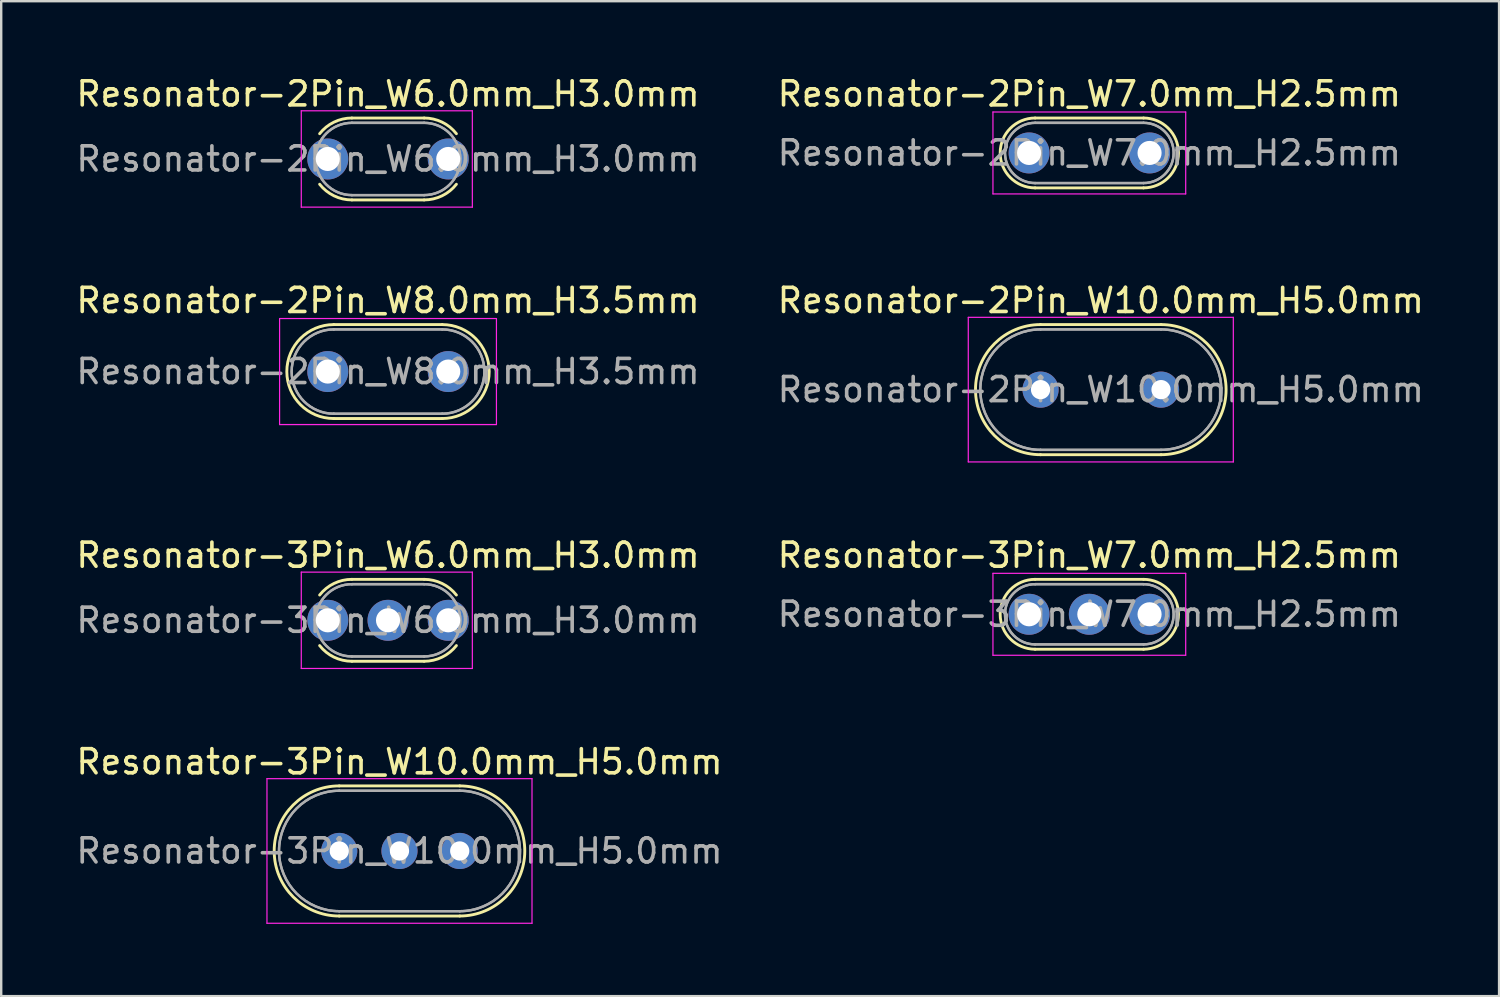
<source format=kicad_pcb>
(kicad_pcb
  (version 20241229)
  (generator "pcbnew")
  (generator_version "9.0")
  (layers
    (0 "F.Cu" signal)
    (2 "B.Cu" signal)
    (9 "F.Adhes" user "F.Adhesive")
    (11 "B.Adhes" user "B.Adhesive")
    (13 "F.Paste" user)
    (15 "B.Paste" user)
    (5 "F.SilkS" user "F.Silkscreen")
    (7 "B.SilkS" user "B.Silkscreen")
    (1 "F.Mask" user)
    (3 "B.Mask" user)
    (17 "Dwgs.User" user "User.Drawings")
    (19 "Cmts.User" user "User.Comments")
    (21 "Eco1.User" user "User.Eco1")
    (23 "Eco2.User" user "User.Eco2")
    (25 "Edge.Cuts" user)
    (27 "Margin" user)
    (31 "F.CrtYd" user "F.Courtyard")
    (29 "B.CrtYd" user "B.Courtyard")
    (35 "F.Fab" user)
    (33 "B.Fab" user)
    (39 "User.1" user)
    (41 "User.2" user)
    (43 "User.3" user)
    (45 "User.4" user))
  (footprint "Resonator-2Pin_W10.0mm_H5.0mm"
    (layer "F.Cu")
    (at 40.137 13.121)
    (property "Reference" "Resonator-2Pin_W10.0mm_H5.0mm" (at 2.5 -3.7 0) (layer "F.SilkS") (effects (font (size 1 1) (thickness 0.15))))
    (attr through_hole)
    (fp_line (start 0 -2.7) (end 5 -2.7) (stroke (width 0.12) (type solid)) (layer "F.SilkS"))
    (fp_line (start 0 2.7) (end 5 2.7) (stroke (width 0.12) (type solid)) (layer "F.SilkS"))
    (fp_arc (start 0 2.7) (mid -2.7 0) (end 0 -2.7) (stroke (width 0.12) (type solid)) (layer "F.SilkS"))
    (fp_arc (start 5 -2.7) (mid 7.7 0) (end 5 2.7) (stroke (width 0.12) (type solid)) (layer "F.SilkS"))
    (fp_line (start -3 -3) (end -3 3) (stroke (width 0.05) (type solid)) (layer "F.CrtYd"))
    (fp_line (start -3 3) (end 8 3) (stroke (width 0.05) (type solid)) (layer "F.CrtYd"))
    (fp_line (start 8 -3) (end -3 -3) (stroke (width 0.05) (type solid)) (layer "F.CrtYd"))
    (fp_line (start 8 3) (end 8 -3) (stroke (width 0.05) (type solid)) (layer "F.CrtYd"))
    (fp_line (start 0 -2.5) (end 5 -2.5) (stroke (width 0.1) (type solid)) (layer "F.Fab"))
    (fp_line (start 0 -2.5) (end 5 -2.5) (stroke (width 0.1) (type solid)) (layer "F.Fab"))
    (fp_line (start 0 2.5) (end 5 2.5) (stroke (width 0.1) (type solid)) (layer "F.Fab"))
    (fp_line (start 0 2.5) (end 5 2.5) (stroke (width 0.1) (type solid)) (layer "F.Fab"))
    (fp_arc (start 0 2.5) (mid -2.5 0) (end 0 -2.5) (stroke (width 0.1) (type solid)) (layer "F.Fab"))
    (fp_arc (start 0 2.5) (mid -2.5 0) (end 0 -2.5) (stroke (width 0.1) (type solid)) (layer "F.Fab"))
    (fp_arc (start 5 -2.5) (mid 7.5 0) (end 5 2.5) (stroke (width 0.1) (type solid)) (layer "F.Fab"))
    (fp_arc (start 5 -2.5) (mid 7.5 0) (end 5 2.5) (stroke (width 0.1) (type solid)) (layer "F.Fab"))
    (fp_text user "${REFERENCE}" (at 2.5 0 0) (layer "F.Fab") (effects (font (size 1 1) (thickness 0.15))))
    (pad "1" thru_hole circle (at 0 0) (size 1.5 1.5) (drill 0.8) (layers "*.Cu" "*.Mask"))
    (pad "2" thru_hole circle (at 5 0) (size 1.5 1.5) (drill 0.8) (layers "*.Cu" "*.Mask")))
  (footprint "Resonator-2Pin_W8.0mm_H3.5mm"
    (layer "F.Cu")
    (at 10.554 12.371)
    (property "Reference" "Resonator-2Pin_W8.0mm_H3.5mm" (at 2.5 -2.95 0) (layer "F.SilkS") (effects (font (size 1 1) (thickness 0.15))))
    (attr through_hole)
    (fp_line (start 0.25 -1.95) (end 4.75 -1.95) (stroke (width 0.12) (type solid)) (layer "F.SilkS"))
    (fp_line (start 0.25 1.95) (end 4.75 1.95) (stroke (width 0.12) (type solid)) (layer "F.SilkS"))
    (fp_arc (start 0.25 1.95) (mid -1.7 0) (end 0.25 -1.95) (stroke (width 0.12) (type solid)) (layer "F.SilkS"))
    (fp_arc (start 4.75 -1.95) (mid 6.7 0) (end 4.75 1.95) (stroke (width 0.12) (type solid)) (layer "F.SilkS"))
    (fp_line (start -2 -2.2) (end -2 2.2) (stroke (width 0.05) (type solid)) (layer "F.CrtYd"))
    (fp_line (start -2 2.2) (end 7 2.2) (stroke (width 0.05) (type solid)) (layer "F.CrtYd"))
    (fp_line (start 7 -2.2) (end -2 -2.2) (stroke (width 0.05) (type solid)) (layer "F.CrtYd"))
    (fp_line (start 7 2.2) (end 7 -2.2) (stroke (width 0.05) (type solid)) (layer "F.CrtYd"))
    (fp_line (start 0.25 -1.75) (end 4.75 -1.75) (stroke (width 0.1) (type solid)) (layer "F.Fab"))
    (fp_line (start 0.25 -1.75) (end 4.75 -1.75) (stroke (width 0.1) (type solid)) (layer "F.Fab"))
    (fp_line (start 0.25 1.75) (end 4.75 1.75) (stroke (width 0.1) (type solid)) (layer "F.Fab"))
    (fp_line (start 0.25 1.75) (end 4.75 1.75) (stroke (width 0.1) (type solid)) (layer "F.Fab"))
    (fp_arc (start 0.25 1.75) (mid -1.5 0) (end 0.25 -1.75) (stroke (width 0.1) (type solid)) (layer "F.Fab"))
    (fp_arc (start 0.25 1.75) (mid -1.5 0) (end 0.25 -1.75) (stroke (width 0.1) (type solid)) (layer "F.Fab"))
    (fp_arc (start 4.75 -1.75) (mid 6.5 0) (end 4.75 1.75) (stroke (width 0.1) (type solid)) (layer "F.Fab"))
    (fp_arc (start 4.75 -1.75) (mid 6.5 0) (end 4.75 1.75) (stroke (width 0.1) (type solid)) (layer "F.Fab"))
    (fp_text user "${REFERENCE}" (at 2.5 0 0) (layer "F.Fab") (effects (font (size 1 1) (thickness 0.15))))
    (pad "1" thru_hole circle (at 0 0) (size 1.7 1.7) (drill 1) (layers "*.Cu" "*.Mask"))
    (pad "2" thru_hole circle (at 5 0) (size 1.7 1.7) (drill 1) (layers "*.Cu" "*.Mask")))
  (footprint "Resonator-2Pin_W6.0mm_H3.0mm"
    (layer "F.Cu")
    (at 10.554 3.548)
    (property "Reference" "Resonator-2Pin_W6.0mm_H3.0mm" (at 2.5 -2.7 0) (layer "F.SilkS") (effects (font (size 1 1) (thickness 0.15))))
    (attr through_hole)
    (fp_line (start 1 -1.7) (end 4 -1.7) (stroke (width 0.12) (type solid)) (layer "F.SilkS"))
    (fp_line (start 1 1.7) (end 4 1.7) (stroke (width 0.12) (type solid)) (layer "F.SilkS"))
    (fp_arc (start -0.33779 -1.048961) (mid 0.256102 -1.5286) (end 1 -1.7) (stroke (width 0.12) (type solid)) (layer "F.SilkS"))
    (fp_arc (start 1 1.7) (mid 0.256103 1.5286) (end -0.33779 1.048961) (stroke (width 0.12) (type solid)) (layer "F.SilkS"))
    (fp_arc (start 4 -1.7) (mid 4.743897 -1.5286) (end 5.33779 -1.048961) (stroke (width 0.12) (type solid)) (layer "F.SilkS"))
    (fp_arc (start 5.33779 1.048961) (mid 4.743898 1.5286) (end 4 1.7) (stroke (width 0.12) (type solid)) (layer "F.SilkS"))
    (fp_line (start -1.1 -2) (end -1.1 2) (stroke (width 0.05) (type solid)) (layer "F.CrtYd"))
    (fp_line (start -1.1 2) (end 6 2) (stroke (width 0.05) (type solid)) (layer "F.CrtYd"))
    (fp_line (start 6 -2) (end -1.1 -2) (stroke (width 0.05) (type solid)) (layer "F.CrtYd"))
    (fp_line (start 6 2) (end 6 -2) (stroke (width 0.05) (type solid)) (layer "F.CrtYd"))
    (fp_line (start 1 -1.5) (end 4 -1.5) (stroke (width 0.1) (type solid)) (layer "F.Fab"))
    (fp_line (start 1 -1.5) (end 4 -1.5) (stroke (width 0.1) (type solid)) (layer "F.Fab"))
    (fp_line (start 1 1.5) (end 4 1.5) (stroke (width 0.1) (type solid)) (layer "F.Fab"))
    (fp_line (start 1 1.5) (end 4 1.5) (stroke (width 0.1) (type solid)) (layer "F.Fab"))
    (fp_arc (start 1 1.5) (mid -0.5 0) (end 1 -1.5) (stroke (width 0.1) (type solid)) (layer "F.Fab"))
    (fp_arc (start 1 1.5) (mid -0.5 0) (end 1 -1.5) (stroke (width 0.1) (type solid)) (layer "F.Fab"))
    (fp_arc (start 4 -1.5) (mid 5.5 0) (end 4 1.5) (stroke (width 0.1) (type solid)) (layer "F.Fab"))
    (fp_arc (start 4 -1.5) (mid 5.5 0) (end 4 1.5) (stroke (width 0.1) (type solid)) (layer "F.Fab"))
    (fp_text user "${REFERENCE}" (at 2.5 0 0) (layer "F.Fab") (effects (font (size 1 1) (thickness 0.15))))
    (pad "1" thru_hole circle (at 0 0) (size 1.7 1.7) (drill 1) (layers "*.Cu" "*.Mask"))
    (pad "2" thru_hole circle (at 5 0) (size 1.7 1.7) (drill 1) (layers "*.Cu" "*.Mask")))
  (footprint "Resonator-3Pin_W7.0mm_H2.5mm"
    (layer "F.Cu")
    (at 39.661 22.445)
    (property "Reference" "Resonator-3Pin_W7.0mm_H2.5mm" (at 2.5 -2.45 0) (layer "F.SilkS") (effects (font (size 1 1) (thickness 0.15))))
    (attr through_hole)
    (fp_line (start 0.25 -1.45) (end 4.75 -1.45) (stroke (width 0.12) (type solid)) (layer "F.SilkS"))
    (fp_line (start 0.25 1.45) (end 4.75 1.45) (stroke (width 0.12) (type solid)) (layer "F.SilkS"))
    (fp_arc (start 0.25 1.45) (mid -1.2 0) (end 0.25 -1.45) (stroke (width 0.12) (type solid)) (layer "F.SilkS"))
    (fp_arc (start 4.75 -1.45) (mid 6.2 0) (end 4.75 1.45) (stroke (width 0.12) (type solid)) (layer "F.SilkS"))
    (fp_line (start -1.5 -1.7) (end -1.5 1.7) (stroke (width 0.05) (type solid)) (layer "F.CrtYd"))
    (fp_line (start -1.5 1.7) (end 6.5 1.7) (stroke (width 0.05) (type solid)) (layer "F.CrtYd"))
    (fp_line (start 6.5 -1.7) (end -1.5 -1.7) (stroke (width 0.05) (type solid)) (layer "F.CrtYd"))
    (fp_line (start 6.5 1.7) (end 6.5 -1.7) (stroke (width 0.05) (type solid)) (layer "F.CrtYd"))
    (fp_line (start 0.25 -1.25) (end 4.75 -1.25) (stroke (width 0.1) (type solid)) (layer "F.Fab"))
    (fp_line (start 0.25 -1.25) (end 4.75 -1.25) (stroke (width 0.1) (type solid)) (layer "F.Fab"))
    (fp_line (start 0.25 1.25) (end 4.75 1.25) (stroke (width 0.1) (type solid)) (layer "F.Fab"))
    (fp_line (start 0.25 1.25) (end 4.75 1.25) (stroke (width 0.1) (type solid)) (layer "F.Fab"))
    (fp_arc (start 0.25 1.25) (mid -1 0) (end 0.25 -1.25) (stroke (width 0.1) (type solid)) (layer "F.Fab"))
    (fp_arc (start 0.25 1.25) (mid -1 0) (end 0.25 -1.25) (stroke (width 0.1) (type solid)) (layer "F.Fab"))
    (fp_arc (start 4.75 -1.25) (mid 6 0) (end 4.75 1.25) (stroke (width 0.1) (type solid)) (layer "F.Fab"))
    (fp_arc (start 4.75 -1.25) (mid 6 0) (end 4.75 1.25) (stroke (width 0.1) (type solid)) (layer "F.Fab"))
    (fp_text user "${REFERENCE}" (at 2.5 0 0) (layer "F.Fab") (effects (font (size 1 1) (thickness 0.15))))
    (pad "1" thru_hole circle (at 0 0) (size 1.7 1.7) (drill 1) (layers "*.Cu" "*.Mask"))
    (pad "2" thru_hole circle (at 2.5 0) (size 1.7 1.7) (drill 1) (layers "*.Cu" "*.Mask"))
    (pad "3" thru_hole circle (at 5 0) (size 1.7 1.7) (drill 1) (layers "*.Cu" "*.Mask")))
  (footprint "Resonator-3Pin_W6.0mm_H3.0mm"
    (layer "F.Cu")
    (at 10.554 22.695)
    (property "Reference" "Resonator-3Pin_W6.0mm_H3.0mm" (at 2.5 -2.7 0) (layer "F.SilkS") (effects (font (size 1 1) (thickness 0.15))))
    (attr through_hole)
    (fp_line (start 1 -1.7) (end 4 -1.7) (stroke (width 0.12) (type solid)) (layer "F.SilkS"))
    (fp_line (start 1 1.7) (end 4 1.7) (stroke (width 0.12) (type solid)) (layer "F.SilkS"))
    (fp_arc (start -0.33779 -1.048961) (mid 0.256102 -1.5286) (end 1 -1.7) (stroke (width 0.12) (type solid)) (layer "F.SilkS"))
    (fp_arc (start 1 1.7) (mid 0.256103 1.5286) (end -0.33779 1.048961) (stroke (width 0.12) (type solid)) (layer "F.SilkS"))
    (fp_arc (start 4 -1.7) (mid 4.743897 -1.5286) (end 5.33779 -1.048961) (stroke (width 0.12) (type solid)) (layer "F.SilkS"))
    (fp_arc (start 5.33779 1.048961) (mid 4.743898 1.5286) (end 4 1.7) (stroke (width 0.12) (type solid)) (layer "F.SilkS"))
    (fp_line (start -1.1 -2) (end -1.1 2) (stroke (width 0.05) (type solid)) (layer "F.CrtYd"))
    (fp_line (start -1.1 2) (end 6 2) (stroke (width 0.05) (type solid)) (layer "F.CrtYd"))
    (fp_line (start 6 -2) (end -1.1 -2) (stroke (width 0.05) (type solid)) (layer "F.CrtYd"))
    (fp_line (start 6 2) (end 6 -2) (stroke (width 0.05) (type solid)) (layer "F.CrtYd"))
    (fp_line (start 1 -1.5) (end 4 -1.5) (stroke (width 0.1) (type solid)) (layer "F.Fab"))
    (fp_line (start 1 -1.5) (end 4 -1.5) (stroke (width 0.1) (type solid)) (layer "F.Fab"))
    (fp_line (start 1 1.5) (end 4 1.5) (stroke (width 0.1) (type solid)) (layer "F.Fab"))
    (fp_line (start 1 1.5) (end 4 1.5) (stroke (width 0.1) (type solid)) (layer "F.Fab"))
    (fp_arc (start 1 1.5) (mid -0.5 0) (end 1 -1.5) (stroke (width 0.1) (type solid)) (layer "F.Fab"))
    (fp_arc (start 1 1.5) (mid -0.5 0) (end 1 -1.5) (stroke (width 0.1) (type solid)) (layer "F.Fab"))
    (fp_arc (start 4 -1.5) (mid 5.5 0) (end 4 1.5) (stroke (width 0.1) (type solid)) (layer "F.Fab"))
    (fp_arc (start 4 -1.5) (mid 5.5 0) (end 4 1.5) (stroke (width 0.1) (type solid)) (layer "F.Fab"))
    (fp_text user "${REFERENCE}" (at 2.5 0 0) (layer "F.Fab") (effects (font (size 1 1) (thickness 0.15))))
    (pad "1" thru_hole circle (at 0 0) (size 1.7 1.7) (drill 1) (layers "*.Cu" "*.Mask"))
    (pad "2" thru_hole circle (at 2.5 0) (size 1.7 1.7) (drill 1) (layers "*.Cu" "*.Mask"))
    (pad "3" thru_hole circle (at 5 0) (size 1.7 1.7) (drill 1) (layers "*.Cu" "*.Mask")))
  (footprint "Resonator-3Pin_W10.0mm_H5.0mm"
    (layer "F.Cu")
    (at 11.03 32.268)
    (property "Reference" "Resonator-3Pin_W10.0mm_H5.0mm" (at 2.5 -3.7 0) (layer "F.SilkS") (effects (font (size 1 1) (thickness 0.15))))
    (attr through_hole)
    (fp_line (start 0 -2.7) (end 5 -2.7) (stroke (width 0.12) (type solid)) (layer "F.SilkS"))
    (fp_line (start 0 2.7) (end 5 2.7) (stroke (width 0.12) (type solid)) (layer "F.SilkS"))
    (fp_arc (start 0 2.7) (mid -2.7 0) (end 0 -2.7) (stroke (width 0.12) (type solid)) (layer "F.SilkS"))
    (fp_arc (start 5 -2.7) (mid 7.7 0) (end 5 2.7) (stroke (width 0.12) (type solid)) (layer "F.SilkS"))
    (fp_line (start -3 -3) (end -3 3) (stroke (width 0.05) (type solid)) (layer "F.CrtYd"))
    (fp_line (start -3 3) (end 8 3) (stroke (width 0.05) (type solid)) (layer "F.CrtYd"))
    (fp_line (start 8 -3) (end -3 -3) (stroke (width 0.05) (type solid)) (layer "F.CrtYd"))
    (fp_line (start 8 3) (end 8 -3) (stroke (width 0.05) (type solid)) (layer "F.CrtYd"))
    (fp_line (start 0 -2.5) (end 5 -2.5) (stroke (width 0.1) (type solid)) (layer "F.Fab"))
    (fp_line (start 0 -2.5) (end 5 -2.5) (stroke (width 0.1) (type solid)) (layer "F.Fab"))
    (fp_line (start 0 2.5) (end 5 2.5) (stroke (width 0.1) (type solid)) (layer "F.Fab"))
    (fp_line (start 0 2.5) (end 5 2.5) (stroke (width 0.1) (type solid)) (layer "F.Fab"))
    (fp_arc (start 0 2.5) (mid -2.5 0) (end 0 -2.5) (stroke (width 0.1) (type solid)) (layer "F.Fab"))
    (fp_arc (start 0 2.5) (mid -2.5 0) (end 0 -2.5) (stroke (width 0.1) (type solid)) (layer "F.Fab"))
    (fp_arc (start 5 -2.5) (mid 7.5 0) (end 5 2.5) (stroke (width 0.1) (type solid)) (layer "F.Fab"))
    (fp_arc (start 5 -2.5) (mid 7.5 0) (end 5 2.5) (stroke (width 0.1) (type solid)) (layer "F.Fab"))
    (fp_text user "${REFERENCE}" (at 2.5 0 0) (layer "F.Fab") (effects (font (size 1 1) (thickness 0.15))))
    (pad "1" thru_hole circle (at 0 0) (size 1.5 1.5) (drill 0.8) (layers "*.Cu" "*.Mask"))
    (pad "2" thru_hole circle (at 2.5 0) (size 1.5 1.5) (drill 0.8) (layers "*.Cu" "*.Mask"))
    (pad "3" thru_hole circle (at 5 0) (size 1.5 1.5) (drill 0.8) (layers "*.Cu" "*.Mask")))
  (footprint "Resonator-2Pin_W7.0mm_H2.5mm"
    (layer "F.Cu")
    (at 39.661 3.298)
    (property "Reference" "Resonator-2Pin_W7.0mm_H2.5mm" (at 2.5 -2.45 0) (layer "F.SilkS") (effects (font (size 1 1) (thickness 0.15))))
    (attr through_hole)
    (fp_line (start 0.25 -1.45) (end 4.75 -1.45) (stroke (width 0.12) (type solid)) (layer "F.SilkS"))
    (fp_line (start 0.25 1.45) (end 4.75 1.45) (stroke (width 0.12) (type solid)) (layer "F.SilkS"))
    (fp_arc (start 0.25 1.45) (mid -1.2 0) (end 0.25 -1.45) (stroke (width 0.12) (type solid)) (layer "F.SilkS"))
    (fp_arc (start 4.75 -1.45) (mid 6.2 0) (end 4.75 1.45) (stroke (width 0.12) (type solid)) (layer "F.SilkS"))
    (fp_line (start -1.5 -1.7) (end -1.5 1.7) (stroke (width 0.05) (type solid)) (layer "F.CrtYd"))
    (fp_line (start -1.5 1.7) (end 6.5 1.7) (stroke (width 0.05) (type solid)) (layer "F.CrtYd"))
    (fp_line (start 6.5 -1.7) (end -1.5 -1.7) (stroke (width 0.05) (type solid)) (layer "F.CrtYd"))
    (fp_line (start 6.5 1.7) (end 6.5 -1.7) (stroke (width 0.05) (type solid)) (layer "F.CrtYd"))
    (fp_line (start 0.25 -1.25) (end 4.75 -1.25) (stroke (width 0.1) (type solid)) (layer "F.Fab"))
    (fp_line (start 0.25 -1.25) (end 4.75 -1.25) (stroke (width 0.1) (type solid)) (layer "F.Fab"))
    (fp_line (start 0.25 1.25) (end 4.75 1.25) (stroke (width 0.1) (type solid)) (layer "F.Fab"))
    (fp_line (start 0.25 1.25) (end 4.75 1.25) (stroke (width 0.1) (type solid)) (layer "F.Fab"))
    (fp_arc (start 0.25 1.25) (mid -1 0) (end 0.25 -1.25) (stroke (width 0.1) (type solid)) (layer "F.Fab"))
    (fp_arc (start 0.25 1.25) (mid -1 0) (end 0.25 -1.25) (stroke (width 0.1) (type solid)) (layer "F.Fab"))
    (fp_arc (start 4.75 -1.25) (mid 6 0) (end 4.75 1.25) (stroke (width 0.1) (type solid)) (layer "F.Fab"))
    (fp_arc (start 4.75 -1.25) (mid 6 0) (end 4.75 1.25) (stroke (width 0.1) (type solid)) (layer "F.Fab"))
    (fp_text user "${REFERENCE}" (at 2.5 0 0) (layer "F.Fab") (effects (font (size 1 1) (thickness 0.15))))
    (pad "1" thru_hole circle (at 0 0) (size 1.7 1.7) (drill 1) (layers "*.Cu" "*.Mask"))
    (pad "2" thru_hole circle (at 5 0) (size 1.7 1.7) (drill 1) (layers "*.Cu" "*.Mask")))
  (gr_rect
    (start -3 -3)
    (end 59.167 38.293)
    (stroke (width 0.1) (type default))
    (fill no)
    (layer "Edge.Cuts")))
</source>
